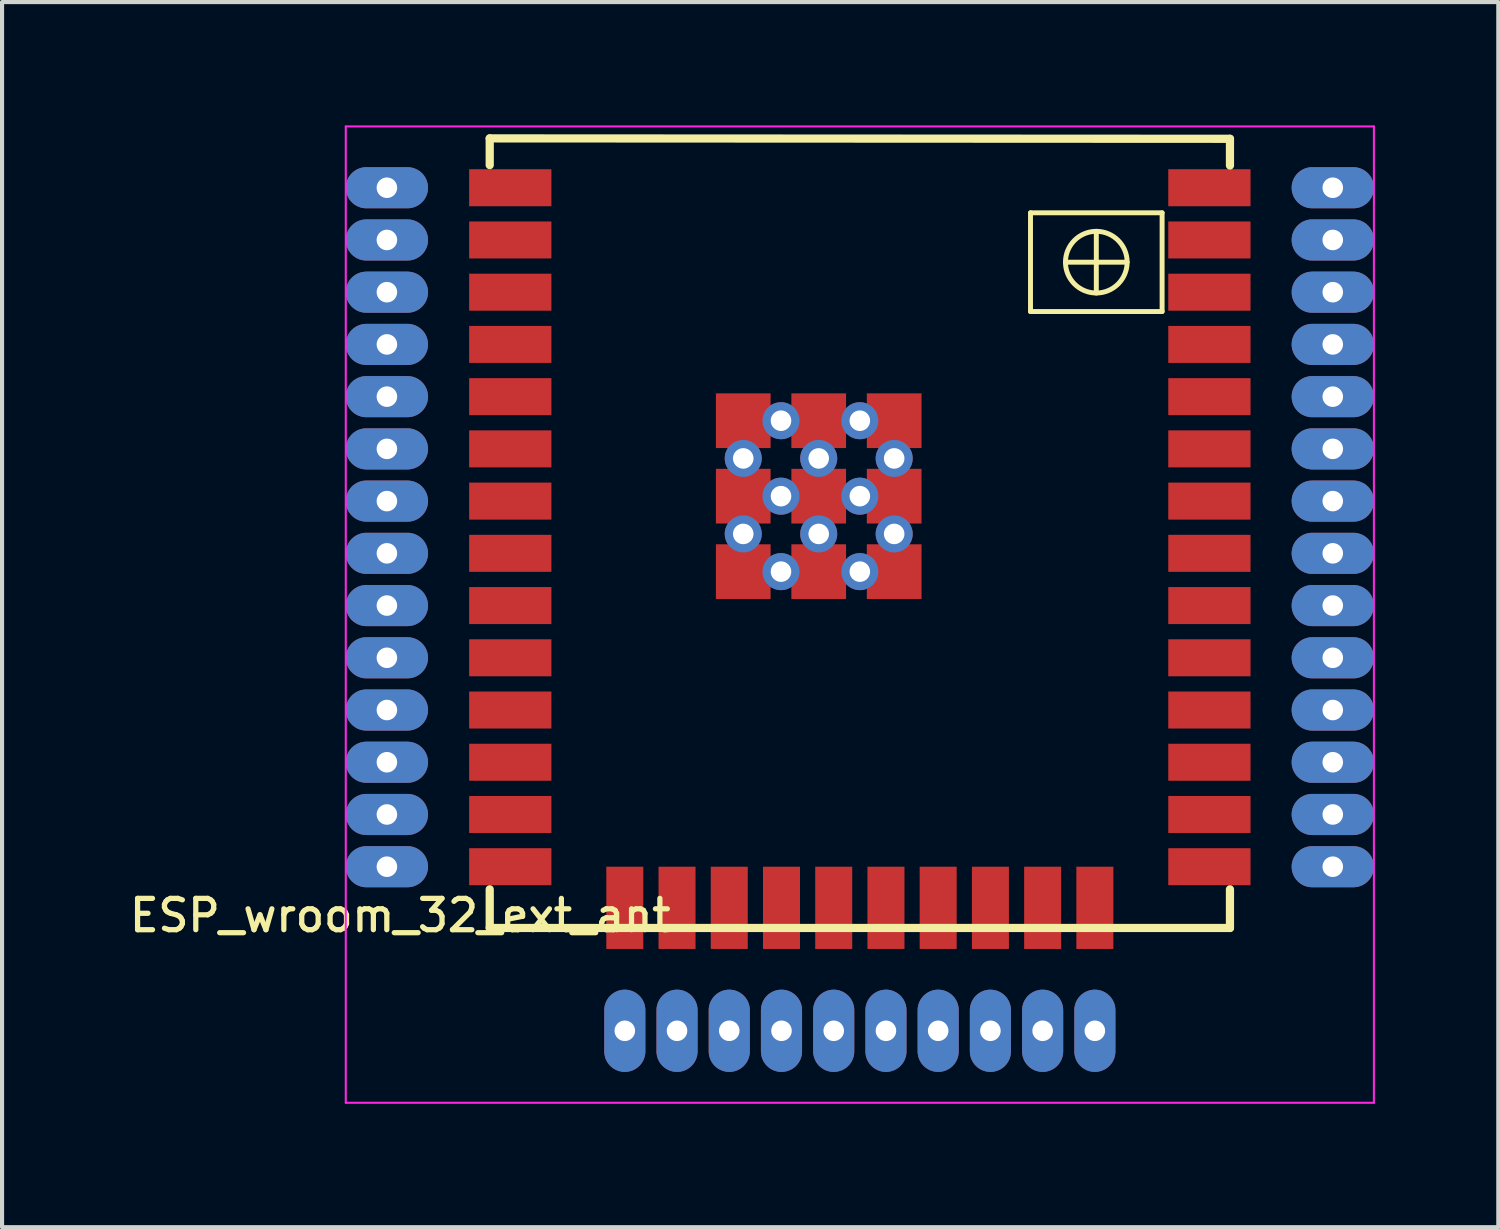
<source format=kicad_pcb>
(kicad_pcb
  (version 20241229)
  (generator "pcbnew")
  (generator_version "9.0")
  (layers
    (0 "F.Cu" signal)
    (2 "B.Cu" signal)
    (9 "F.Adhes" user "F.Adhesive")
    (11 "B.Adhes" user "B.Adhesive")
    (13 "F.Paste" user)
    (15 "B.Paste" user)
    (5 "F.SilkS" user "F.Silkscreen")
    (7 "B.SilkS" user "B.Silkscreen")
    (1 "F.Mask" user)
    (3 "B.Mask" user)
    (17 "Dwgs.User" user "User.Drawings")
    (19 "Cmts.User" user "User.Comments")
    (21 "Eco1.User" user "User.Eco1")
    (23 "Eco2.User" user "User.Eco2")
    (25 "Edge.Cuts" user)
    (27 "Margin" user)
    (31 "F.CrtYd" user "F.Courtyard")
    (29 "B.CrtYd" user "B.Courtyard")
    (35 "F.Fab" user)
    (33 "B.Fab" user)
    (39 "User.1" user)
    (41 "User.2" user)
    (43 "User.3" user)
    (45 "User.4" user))
  (footprint "ESP_wroom_32_ext_ant"
    (layer "F.Cu")
    (at 17.858 19.525)
    (property "Reference" "ESP_wroom_32_ext_ant" (at -11.176 -0.314 180) (layer "F.SilkS") (effects (font (size 0.762 0.762) (thickness 0.127))))
    (attr through_hole)
    (fp_line (start -9 -19.21) (end 9 -19.2) (stroke (width 0.2) (type solid)) (layer "F.SilkS"))
    (fp_line (start -9 -18.56) (end -9 -19.21) (stroke (width 0.2) (type solid)) (layer "F.SilkS"))
    (fp_line (start -9 -0.01) (end -9 -0.95) (stroke (width 0.2) (type solid)) (layer "F.SilkS"))
    (fp_line (start 4.15 -17.4) (end 7.35 -17.4) (stroke (width 0.12) (type solid)) (layer "F.SilkS"))
    (fp_line (start 4.15 -15) (end 4.15 -17.4) (stroke (width 0.12) (type solid)) (layer "F.SilkS"))
    (fp_line (start 5.75 -16.2) (end 5 -16.2) (stroke (width 0.12) (type solid)) (layer "F.SilkS"))
    (fp_line (start 5.75 -16.2) (end 5.75 -16.95) (stroke (width 0.12) (type solid)) (layer "F.SilkS"))
    (fp_line (start 5.75 -16.2) (end 5.75 -15.45) (stroke (width 0.12) (type solid)) (layer "F.SilkS"))
    (fp_line (start 5.75 -16.2) (end 6.5 -16.2) (stroke (width 0.12) (type solid)) (layer "F.SilkS"))
    (fp_line (start 7.35 -17.4) (end 7.35 -15) (stroke (width 0.12) (type solid)) (layer "F.SilkS"))
    (fp_line (start 7.35 -15) (end 4.15 -15) (stroke (width 0.12) (type solid)) (layer "F.SilkS"))
    (fp_line (start 9 -18.55) (end 9 -19.2) (stroke (width 0.2) (type solid)) (layer "F.SilkS"))
    (fp_line (start 9 -0.01) (end -9 -0.01) (stroke (width 0.2) (type solid)) (layer "F.SilkS"))
    (fp_line (start 9 -0.01) (end 9 -0.95) (stroke (width 0.2) (type solid)) (layer "F.SilkS"))
    (fp_circle (center 5.75 -16.2) (end 6.5 -16.2) (stroke (width 0.12) (type solid)) (fill no) (layer "F.SilkS"))
    (fp_line (start -12.5 4.24) (end -12.5 -19.5) (stroke (width 0.05) (type solid)) (layer "F.CrtYd"))
    (fp_line (start 12.5 -19.5) (end -12.5 -19.5) (stroke (width 0.05) (type solid)) (layer "F.CrtYd"))
    (fp_line (start 12.5 -19.5) (end 12.5 4.24) (stroke (width 0.05) (type solid)) (layer "F.CrtYd"))
    (fp_line (start 12.5 4.24) (end -12.5 4.24) (stroke (width 0.05) (type solid)) (layer "F.CrtYd"))
    (pad "1" thru_hole oval (at -11.5 -18.01) (size 2 1) (drill 0.5) (layers "*.Cu" "*.Mask"))
    (pad "1" smd rect (at -8.5 -18.01) (size 2 0.9) (layers "F.Cu" "F.Mask" "F.Paste"))
    (pad "2" thru_hole oval (at -11.5 -16.74) (size 2 1) (drill 0.5) (layers "*.Cu" "*.Mask"))
    (pad "2" smd rect (at -8.5 -16.74) (size 2 0.9) (layers "F.Cu" "F.Mask" "F.Paste"))
    (pad "3" thru_hole oval (at -11.5 -15.47) (size 2 1) (drill 0.5) (layers "*.Cu" "*.Mask"))
    (pad "3" smd rect (at -8.5 -15.47) (size 2 0.9) (layers "F.Cu" "F.Mask" "F.Paste"))
    (pad "4" thru_hole oval (at -11.5 -14.2) (size 2 1) (drill 0.5) (layers "*.Cu" "*.Mask"))
    (pad "4" smd rect (at -8.5 -14.2) (size 2 0.9) (layers "F.Cu" "F.Mask" "F.Paste"))
    (pad "5" thru_hole oval (at -11.5 -12.93) (size 2 1) (drill 0.5) (layers "*.Cu" "*.Mask"))
    (pad "5" smd rect (at -8.5 -12.93) (size 2 0.9) (layers "F.Cu" "F.Mask" "F.Paste"))
    (pad "6" thru_hole oval (at -11.5 -11.66) (size 2 1) (drill 0.5) (layers "*.Cu" "*.Mask"))
    (pad "6" smd rect (at -8.5 -11.66) (size 2 0.9) (layers "F.Cu" "F.Mask" "F.Paste"))
    (pad "7" thru_hole oval (at -11.5 -10.39) (size 2 1) (drill 0.5) (layers "*.Cu" "*.Mask"))
    (pad "7" smd rect (at -8.5 -10.39) (size 2 0.9) (layers "F.Cu" "F.Mask" "F.Paste"))
    (pad "8" thru_hole oval (at -11.5 -9.12) (size 2 1) (drill 0.5) (layers "*.Cu" "*.Mask"))
    (pad "8" smd rect (at -8.5 -9.12) (size 2 0.9) (layers "F.Cu" "F.Mask" "F.Paste"))
    (pad "9" thru_hole oval (at -11.5 -7.85) (size 2 1) (drill 0.5) (layers "*.Cu" "*.Mask"))
    (pad "9" smd rect (at -8.5 -7.85) (size 2 0.9) (layers "F.Cu" "F.Mask" "F.Paste"))
    (pad "10" thru_hole oval (at -11.5 -6.58) (size 2 1) (drill 0.5) (layers "*.Cu" "*.Mask"))
    (pad "10" smd rect (at -8.5 -6.58) (size 2 0.9) (layers "F.Cu" "F.Mask" "F.Paste"))
    (pad "11" thru_hole oval (at -11.5 -5.31) (size 2 1) (drill 0.5) (layers "*.Cu" "*.Mask"))
    (pad "11" smd rect (at -8.5 -5.31) (size 2 0.9) (layers "F.Cu" "F.Mask" "F.Paste"))
    (pad "12" thru_hole oval (at -11.5 -4.04) (size 2 1) (drill 0.5) (layers "*.Cu" "*.Mask"))
    (pad "12" smd rect (at -8.5 -4.04) (size 2 0.9) (layers "F.Cu" "F.Mask" "F.Paste"))
    (pad "13" thru_hole oval (at -11.5 -2.77) (size 2 1) (drill 0.5) (layers "*.Cu" "*.Mask"))
    (pad "13" smd rect (at -8.5 -2.77) (size 2 0.9) (layers "F.Cu" "F.Mask" "F.Paste"))
    (pad "14" thru_hole oval (at -11.5 -1.5) (size 2 1) (drill 0.5) (layers "*.Cu" "*.Mask"))
    (pad "14" smd rect (at -8.5 -1.5) (size 2 0.9) (layers "F.Cu" "F.Mask" "F.Paste"))
    (pad "15" smd rect (at -5.715 -0.5 90) (size 2 0.9) (layers "F.Cu" "F.Mask" "F.Paste"))
    (pad "15" thru_hole oval (at -5.715 2.49 90) (size 2 1) (drill 0.5) (layers "*.Cu" "*.Mask"))
    (pad "16" smd rect (at -4.445 -0.5 90) (size 2 0.9) (layers "F.Cu" "F.Mask" "F.Paste"))
    (pad "16" thru_hole oval (at -4.445 2.49 90) (size 2 1) (drill 0.5) (layers "*.Cu" "*.Mask"))
    (pad "17" smd rect (at -3.175 -0.5 90) (size 2 0.9) (layers "F.Cu" "F.Mask" "F.Paste"))
    (pad "17" thru_hole oval (at -3.175 2.49 90) (size 2 1) (drill 0.5) (layers "*.Cu" "*.Mask"))
    (pad "18" smd rect (at -1.905 -0.5 90) (size 2 0.9) (layers "F.Cu" "F.Mask" "F.Paste"))
    (pad "18" thru_hole oval (at -1.905 2.49 90) (size 2 1) (drill 0.5) (layers "*.Cu" "*.Mask"))
    (pad "19" smd rect (at -0.635 -0.5 90) (size 2 0.9) (layers "F.Cu" "F.Mask" "F.Paste"))
    (pad "19" thru_hole oval (at -0.635 2.49 90) (size 2 1) (drill 0.5) (layers "*.Cu" "*.Mask"))
    (pad "20" smd rect (at 0.635 -0.5 90) (size 2 0.9) (layers "F.Cu" "F.Mask" "F.Paste"))
    (pad "20" thru_hole oval (at 0.635 2.49 90) (size 2 1) (drill 0.5) (layers "*.Cu" "*.Mask"))
    (pad "21" smd rect (at 1.905 -0.5 90) (size 2 0.9) (layers "F.Cu" "F.Mask" "F.Paste"))
    (pad "21" thru_hole oval (at 1.905 2.49 90) (size 2 1) (drill 0.5) (layers "*.Cu" "*.Mask"))
    (pad "22" smd rect (at 3.175 -0.5 90) (size 2 0.9) (layers "F.Cu" "F.Mask" "F.Paste"))
    (pad "22" thru_hole oval (at 3.175 2.49 90) (size 2 1) (drill 0.5) (layers "*.Cu" "*.Mask"))
    (pad "23" smd rect (at 4.445 -0.5 90) (size 2 0.9) (layers "F.Cu" "F.Mask" "F.Paste"))
    (pad "23" thru_hole oval (at 4.445 2.49 90) (size 2 1) (drill 0.5) (layers "*.Cu" "*.Mask"))
    (pad "24" smd rect (at 5.715 -0.5 90) (size 2 0.9) (layers "F.Cu" "F.Mask" "F.Paste"))
    (pad "24" thru_hole oval (at 5.715 2.49 90) (size 2 1) (drill 0.5) (layers "*.Cu" "*.Mask"))
    (pad "25" smd rect (at 8.5 -1.5) (size 2 0.9) (layers "F.Cu" "F.Mask" "F.Paste"))
    (pad "25" thru_hole oval (at 11.5 -1.5) (size 2 1) (drill 0.5) (layers "*.Cu" "*.Mask"))
    (pad "26" smd rect (at 8.5 -2.77) (size 2 0.9) (layers "F.Cu" "F.Mask" "F.Paste"))
    (pad "26" thru_hole oval (at 11.5 -2.77) (size 2 1) (drill 0.5) (layers "*.Cu" "*.Mask"))
    (pad "27" smd rect (at 8.5 -4.04) (size 2 0.9) (layers "F.Cu" "F.Mask" "F.Paste"))
    (pad "27" thru_hole oval (at 11.5 -4.04) (size 2 1) (drill 0.5) (layers "*.Cu" "*.Mask"))
    (pad "28" smd rect (at 8.5 -5.31) (size 2 0.9) (layers "F.Cu" "F.Mask" "F.Paste"))
    (pad "28" thru_hole oval (at 11.5 -5.31) (size 2 1) (drill 0.5) (layers "*.Cu" "*.Mask"))
    (pad "29" smd rect (at 8.5 -6.58) (size 2 0.9) (layers "F.Cu" "F.Mask" "F.Paste"))
    (pad "29" thru_hole oval (at 11.5 -6.58) (size 2 1) (drill 0.5) (layers "*.Cu" "*.Mask"))
    (pad "30" smd rect (at 8.5 -7.85) (size 2 0.9) (layers "F.Cu" "F.Mask" "F.Paste"))
    (pad "30" thru_hole oval (at 11.5 -7.85) (size 2 1) (drill 0.5) (layers "*.Cu" "*.Mask"))
    (pad "31" smd rect (at 8.5 -9.12) (size 2 0.9) (layers "F.Cu" "F.Mask" "F.Paste"))
    (pad "31" thru_hole oval (at 11.5 -9.12) (size 2 1) (drill 0.5) (layers "*.Cu" "*.Mask"))
    (pad "32" smd rect (at 8.5 -10.39) (size 2 0.9) (layers "F.Cu" "F.Mask" "F.Paste"))
    (pad "32" thru_hole oval (at 11.5 -10.39) (size 2 1) (drill 0.5) (layers "*.Cu" "*.Mask"))
    (pad "33" smd rect (at 8.5 -11.66) (size 2 0.9) (layers "F.Cu" "F.Mask" "F.Paste"))
    (pad "33" thru_hole oval (at 11.5 -11.66) (size 2 1) (drill 0.5) (layers "*.Cu" "*.Mask"))
    (pad "34" smd rect (at 8.5 -12.93) (size 2 0.9) (layers "F.Cu" "F.Mask" "F.Paste"))
    (pad "34" thru_hole oval (at 11.5 -12.93) (size 2 1) (drill 0.5) (layers "*.Cu" "*.Mask"))
    (pad "35" smd rect (at 8.5 -14.2) (size 2 0.9) (layers "F.Cu" "F.Mask" "F.Paste"))
    (pad "35" thru_hole oval (at 11.5 -14.2) (size 2 1) (drill 0.5) (layers "*.Cu" "*.Mask"))
    (pad "36" smd rect (at 8.5 -15.47) (size 2 0.9) (layers "F.Cu" "F.Mask" "F.Paste"))
    (pad "36" thru_hole oval (at 11.5 -15.47) (size 2 1) (drill 0.5) (layers "*.Cu" "*.Mask"))
    (pad "37" smd rect (at 8.5 -16.74) (size 2 0.9) (layers "F.Cu" "F.Mask" "F.Paste"))
    (pad "37" thru_hole oval (at 11.5 -16.74) (size 2 1) (drill 0.5) (layers "*.Cu" "*.Mask"))
    (pad "38" smd rect (at 8.5 -18.01) (size 2 0.9) (layers "F.Cu" "F.Mask" "F.Paste"))
    (pad "38" thru_hole oval (at 11.5 -18.01) (size 2 1) (drill 0.5) (layers "*.Cu" "*.Mask"))
    (pad "39" smd rect (at -2.835 -12.345 90) (size 1.33 1.33) (layers "F.Cu" "F.Mask" "F.Paste"))
    (pad "39" thru_hole circle (at -2.835 -11.428 90) (size 0.9 0.9) (drill 0.5) (layers "*.Cu" "*.Mask"))
    (pad "39" smd rect (at -2.835 -10.51 90) (size 1.33 1.33) (layers "F.Cu" "F.Mask" "F.Paste"))
    (pad "39" thru_hole circle (at -2.835 -9.592 90) (size 0.9 0.9) (drill 0.5) (layers "*.Cu" "*.Mask"))
    (pad "39" smd rect (at -2.835 -8.675 90) (size 1.33 1.33) (layers "F.Cu" "F.Mask" "F.Paste"))
    (pad "39" thru_hole circle (at -1.917 -12.345 90) (size 0.9 0.9) (drill 0.5) (layers "*.Cu" "*.Mask"))
    (pad "39" thru_hole circle (at -1.917 -10.51 90) (size 0.9 0.9) (drill 0.5) (layers "*.Cu" "*.Mask"))
    (pad "39" thru_hole circle (at -1.917 -8.675 90) (size 0.9 0.9) (drill 0.5) (layers "*.Cu" "*.Mask"))
    (pad "39" smd rect (at -1 -12.345 90) (size 1.33 1.33) (layers "F.Cu" "F.Mask" "F.Paste"))
    (pad "39" thru_hole circle (at -1 -11.428 90) (size 0.9 0.9) (drill 0.5) (layers "*.Cu" "*.Mask"))
    (pad "39" smd rect (at -1 -10.51 90) (size 1.33 1.33) (layers "F.Cu" "F.Mask" "F.Paste"))
    (pad "39" thru_hole circle (at -1 -9.592 90) (size 0.9 0.9) (drill 0.5) (layers "*.Cu" "*.Mask"))
    (pad "39" smd rect (at -1 -8.675 90) (size 1.33 1.33) (layers "F.Cu" "F.Mask" "F.Paste"))
    (pad "39" thru_hole circle (at 0 -12.345 90) (size 0.9 0.9) (drill 0.5) (layers "*.Cu" "*.Mask"))
    (pad "39" thru_hole circle (at 0 -10.51 90) (size 0.9 0.9) (drill 0.5) (layers "*.Cu" "*.Mask"))
    (pad "39" thru_hole circle (at 0 -8.675 90) (size 0.9 0.9) (drill 0.5) (layers "*.Cu" "*.Mask"))
    (pad "39" smd rect (at 0.835 -12.345 90) (size 1.33 1.33) (layers "F.Cu" "F.Mask" "F.Paste"))
    (pad "39" thru_hole circle (at 0.835 -11.428 90) (size 0.9 0.9) (drill 0.5) (layers "*.Cu" "*.Mask"))
    (pad "39" smd rect (at 0.835 -10.51 90) (size 1.33 1.33) (layers "F.Cu" "F.Mask" "F.Paste"))
    (pad "39" thru_hole circle (at 0.835 -9.592 90) (size 0.9 0.9) (drill 0.5) (layers "*.Cu" "*.Mask"))
    (pad "39" smd rect (at 0.835 -8.675 90) (size 1.33 1.33) (layers "F.Cu" "F.Mask" "F.Paste")))
  (gr_rect
    (start -3 -3)
    (end 33.383 26.79)
    (stroke (width 0.1) (type default))
    (fill no)
    (layer "Edge.Cuts")))
</source>
